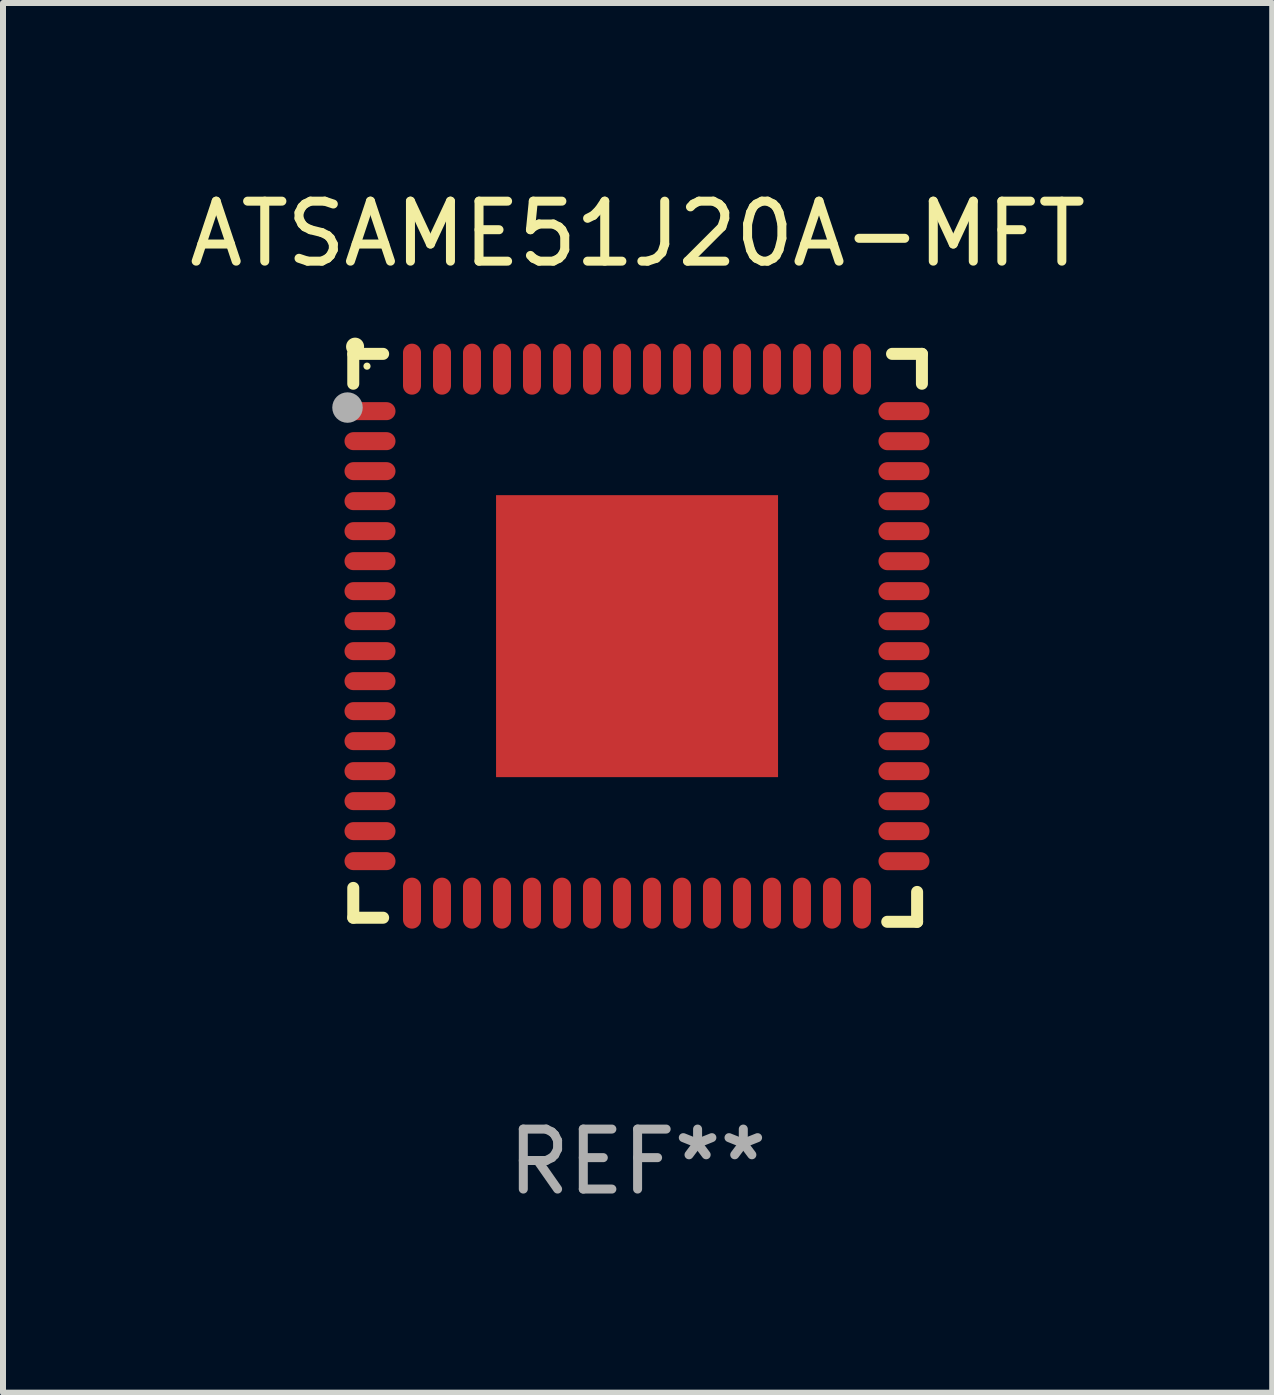
<source format=kicad_pcb>
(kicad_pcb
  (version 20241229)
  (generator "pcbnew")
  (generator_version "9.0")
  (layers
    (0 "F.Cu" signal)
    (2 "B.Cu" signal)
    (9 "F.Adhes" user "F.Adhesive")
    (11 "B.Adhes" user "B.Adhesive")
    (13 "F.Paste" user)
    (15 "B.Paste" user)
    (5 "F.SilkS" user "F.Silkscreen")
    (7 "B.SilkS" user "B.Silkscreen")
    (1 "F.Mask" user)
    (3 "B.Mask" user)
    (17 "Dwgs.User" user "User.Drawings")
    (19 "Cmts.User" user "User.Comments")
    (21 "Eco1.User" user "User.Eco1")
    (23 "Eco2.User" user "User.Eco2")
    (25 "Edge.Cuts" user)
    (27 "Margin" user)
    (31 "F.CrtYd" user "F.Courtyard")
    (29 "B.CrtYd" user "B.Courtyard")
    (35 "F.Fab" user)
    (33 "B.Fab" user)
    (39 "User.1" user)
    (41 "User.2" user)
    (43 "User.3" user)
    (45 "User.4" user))
  (footprint "ATSAME51J20A-MFT"
    (layer "F.Cu")
    (at 7.577 7.581)
    (property "Reference" "ATSAME51J20A-MFT" (at 0 -6.733 0) (layer "F.SilkS") (effects (font (size 1 1) (thickness 0.15))))
    (attr through_hole)
    (fp_line (start -4.739 -4.733) (end -4.241 -4.733) (stroke (width 0.2) (type solid)) (layer "F.SilkS"))
    (fp_line (start -4.739 -4.235) (end -4.739 -4.733) (stroke (width 0.2) (type solid)) (layer "F.SilkS"))
    (fp_line (start -4.739 4.168) (end -4.739 4.665) (stroke (width 0.2) (type solid)) (layer "F.SilkS"))
    (fp_line (start -4.739 4.665) (end -4.241 4.665) (stroke (width 0.2) (type solid)) (layer "F.SilkS"))
    (fp_line (start 4.161 4.733) (end 4.659 4.733) (stroke (width 0.2) (type solid)) (layer "F.SilkS"))
    (fp_line (start 4.241 -4.733) (end 4.739 -4.733) (stroke (width 0.2) (type solid)) (layer "F.SilkS"))
    (fp_line (start 4.659 4.733) (end 4.659 4.235) (stroke (width 0.2) (type solid)) (layer "F.SilkS"))
    (fp_line (start 4.739 -4.733) (end 4.739 -4.235) (stroke (width 0.2) (type solid)) (layer "F.SilkS"))
    (fp_arc (start -4.708623 -4.85108) (mid -4.708628 -4.85235) (end -4.708623 -4.85362) (stroke (width 0.3) (type solid)) (layer "F.SilkS"))
    (fp_circle (center -4.51 -4.528) (end -4.48 -4.528) (stroke (width 0.06) (type solid)) (fill no) (layer "F.SilkS"))
    (fp_circle (center -4.835 -3.838) (end -4.708 -3.838) (stroke (width 0.254) (type solid)) (fill no) (layer "F.Fab"))
    (fp_text user "REF**" (at 0 8.733 0) (layer "F.Fab") (effects (font (size 1 1) (thickness 0.15))))
    (pad "1" smd oval (at -4.46 -3.778) (size 0.85 0.3) (layers "F.Cu" "F.Mask" "F.Paste"))
    (pad "2" smd oval (at -4.46 -3.278) (size 0.85 0.3) (layers "F.Cu" "F.Mask" "F.Paste"))
    (pad "3" smd oval (at -4.46 -2.778) (size 0.85 0.3) (layers "F.Cu" "F.Mask" "F.Paste"))
    (pad "4" smd oval (at -4.46 -2.278) (size 0.85 0.3) (layers "F.Cu" "F.Mask" "F.Paste"))
    (pad "5" smd oval (at -4.46 -1.778) (size 0.85 0.3) (layers "F.Cu" "F.Mask" "F.Paste"))
    (pad "6" smd oval (at -4.46 -1.278) (size 0.85 0.3) (layers "F.Cu" "F.Mask" "F.Paste"))
    (pad "7" smd oval (at -4.46 -0.778) (size 0.85 0.3) (layers "F.Cu" "F.Mask" "F.Paste"))
    (pad "8" smd oval (at -4.46 -0.278) (size 0.85 0.3) (layers "F.Cu" "F.Mask" "F.Paste"))
    (pad "9" smd oval (at -4.46 0.222) (size 0.85 0.3) (layers "F.Cu" "F.Mask" "F.Paste"))
    (pad "10" smd oval (at -4.46 0.722) (size 0.85 0.3) (layers "F.Cu" "F.Mask" "F.Paste"))
    (pad "11" smd oval (at -4.46 1.222) (size 0.85 0.3) (layers "F.Cu" "F.Mask" "F.Paste"))
    (pad "12" smd oval (at -4.46 1.722) (size 0.85 0.3) (layers "F.Cu" "F.Mask" "F.Paste"))
    (pad "13" smd oval (at -4.46 2.222) (size 0.85 0.3) (layers "F.Cu" "F.Mask" "F.Paste"))
    (pad "14" smd oval (at -4.46 2.722) (size 0.85 0.3) (layers "F.Cu" "F.Mask" "F.Paste"))
    (pad "15" smd oval (at -4.46 3.222) (size 0.85 0.3) (layers "F.Cu" "F.Mask" "F.Paste"))
    (pad "16" smd oval (at -4.46 3.722) (size 0.85 0.3) (layers "F.Cu" "F.Mask" "F.Paste"))
    (pad "17" smd oval (at -3.76 4.422) (size 0.3 0.85) (layers "F.Cu" "F.Mask" "F.Paste"))
    (pad "18" smd oval (at -3.26 4.422) (size 0.3 0.85) (layers "F.Cu" "F.Mask" "F.Paste"))
    (pad "19" smd oval (at -2.76 4.422) (size 0.3 0.85) (layers "F.Cu" "F.Mask" "F.Paste"))
    (pad "20" smd oval (at -2.26 4.422) (size 0.3 0.85) (layers "F.Cu" "F.Mask" "F.Paste"))
    (pad "21" smd oval (at -1.76 4.422) (size 0.3 0.85) (layers "F.Cu" "F.Mask" "F.Paste"))
    (pad "22" smd oval (at -1.26 4.422) (size 0.3 0.85) (layers "F.Cu" "F.Mask" "F.Paste"))
    (pad "23" smd oval (at -0.76 4.422) (size 0.3 0.85) (layers "F.Cu" "F.Mask" "F.Paste"))
    (pad "24" smd oval (at -0.26 4.422) (size 0.3 0.85) (layers "F.Cu" "F.Mask" "F.Paste"))
    (pad "25" smd oval (at 0.24 4.422) (size 0.3 0.85) (layers "F.Cu" "F.Mask" "F.Paste"))
    (pad "26" smd oval (at 0.74 4.422) (size 0.3 0.85) (layers "F.Cu" "F.Mask" "F.Paste"))
    (pad "27" smd oval (at 1.24 4.422) (size 0.3 0.85) (layers "F.Cu" "F.Mask" "F.Paste"))
    (pad "28" smd oval (at 1.74 4.422) (size 0.3 0.85) (layers "F.Cu" "F.Mask" "F.Paste"))
    (pad "29" smd oval (at 2.24 4.422) (size 0.3 0.85) (layers "F.Cu" "F.Mask" "F.Paste"))
    (pad "30" smd oval (at 2.74 4.422) (size 0.3 0.85) (layers "F.Cu" "F.Mask" "F.Paste"))
    (pad "31" smd oval (at 3.24 4.422) (size 0.3 0.85) (layers "F.Cu" "F.Mask" "F.Paste"))
    (pad "32" smd oval (at 3.74 4.422) (size 0.3 0.85) (layers "F.Cu" "F.Mask" "F.Paste"))
    (pad "33" smd oval (at 4.44 3.723) (size 0.85 0.3) (layers "F.Cu" "F.Mask" "F.Paste"))
    (pad "34" smd oval (at 4.44 3.222) (size 0.85 0.3) (layers "F.Cu" "F.Mask" "F.Paste"))
    (pad "35" smd oval (at 4.44 2.723) (size 0.85 0.3) (layers "F.Cu" "F.Mask" "F.Paste"))
    (pad "36" smd oval (at 4.44 2.222) (size 0.85 0.3) (layers "F.Cu" "F.Mask" "F.Paste"))
    (pad "37" smd oval (at 4.44 1.723) (size 0.85 0.3) (layers "F.Cu" "F.Mask" "F.Paste"))
    (pad "38" smd oval (at 4.44 1.222) (size 0.85 0.3) (layers "F.Cu" "F.Mask" "F.Paste"))
    (pad "39" smd oval (at 4.44 0.723) (size 0.85 0.3) (layers "F.Cu" "F.Mask" "F.Paste"))
    (pad "40" smd oval (at 4.44 0.222) (size 0.85 0.3) (layers "F.Cu" "F.Mask" "F.Paste"))
    (pad "41" smd oval (at 4.44 -0.277) (size 0.85 0.3) (layers "F.Cu" "F.Mask" "F.Paste"))
    (pad "42" smd oval (at 4.44 -0.778) (size 0.85 0.3) (layers "F.Cu" "F.Mask" "F.Paste"))
    (pad "43" smd oval (at 4.44 -1.277) (size 0.85 0.3) (layers "F.Cu" "F.Mask" "F.Paste"))
    (pad "44" smd oval (at 4.44 -1.778) (size 0.85 0.3) (layers "F.Cu" "F.Mask" "F.Paste"))
    (pad "45" smd oval (at 4.44 -2.277) (size 0.85 0.3) (layers "F.Cu" "F.Mask" "F.Paste"))
    (pad "46" smd oval (at 4.44 -2.778) (size 0.85 0.3) (layers "F.Cu" "F.Mask" "F.Paste"))
    (pad "47" smd oval (at 4.44 -3.277) (size 0.85 0.3) (layers "F.Cu" "F.Mask" "F.Paste"))
    (pad "48" smd oval (at 4.44 -3.778) (size 0.85 0.3) (layers "F.Cu" "F.Mask" "F.Paste"))
    (pad "49" smd oval (at 3.74 -4.478) (size 0.3 0.85) (layers "F.Cu" "F.Mask" "F.Paste"))
    (pad "50" smd oval (at 3.24 -4.478) (size 0.3 0.85) (layers "F.Cu" "F.Mask" "F.Paste"))
    (pad "51" smd oval (at 2.74 -4.478) (size 0.3 0.85) (layers "F.Cu" "F.Mask" "F.Paste"))
    (pad "52" smd oval (at 2.24 -4.478) (size 0.3 0.85) (layers "F.Cu" "F.Mask" "F.Paste"))
    (pad "53" smd oval (at 1.74 -4.478) (size 0.3 0.85) (layers "F.Cu" "F.Mask" "F.Paste"))
    (pad "54" smd oval (at 1.24 -4.478) (size 0.3 0.85) (layers "F.Cu" "F.Mask" "F.Paste"))
    (pad "55" smd oval (at 0.74 -4.478) (size 0.3 0.85) (layers "F.Cu" "F.Mask" "F.Paste"))
    (pad "56" smd oval (at 0.24 -4.478) (size 0.3 0.85) (layers "F.Cu" "F.Mask" "F.Paste"))
    (pad "57" smd oval (at -0.26 -4.478) (size 0.3 0.85) (layers "F.Cu" "F.Mask" "F.Paste"))
    (pad "58" smd oval (at -0.76 -4.478) (size 0.3 0.85) (layers "F.Cu" "F.Mask" "F.Paste"))
    (pad "59" smd oval (at -1.26 -4.478) (size 0.3 0.85) (layers "F.Cu" "F.Mask" "F.Paste"))
    (pad "60" smd oval (at -1.76 -4.478) (size 0.3 0.85) (layers "F.Cu" "F.Mask" "F.Paste"))
    (pad "61" smd oval (at -2.26 -4.478) (size 0.3 0.85) (layers "F.Cu" "F.Mask" "F.Paste"))
    (pad "62" smd oval (at -2.76 -4.478) (size 0.3 0.85) (layers "F.Cu" "F.Mask" "F.Paste"))
    (pad "63" smd oval (at -3.26 -4.478) (size 0.3 0.85) (layers "F.Cu" "F.Mask" "F.Paste"))
    (pad "64" smd oval (at -3.76 -4.478) (size 0.3 0.85) (layers "F.Cu" "F.Mask" "F.Paste"))
    (pad "65" smd rect (at -0.009 -0.028 90) (size 4.7 4.7) (layers "F.Cu" "F.Mask" "F.Paste")))
  (gr_rect
    (start -3 -3)
    (end 18.155 20.162)
    (stroke (width 0.1) (type default))
    (fill no)
    (layer "Edge.Cuts")))
</source>
